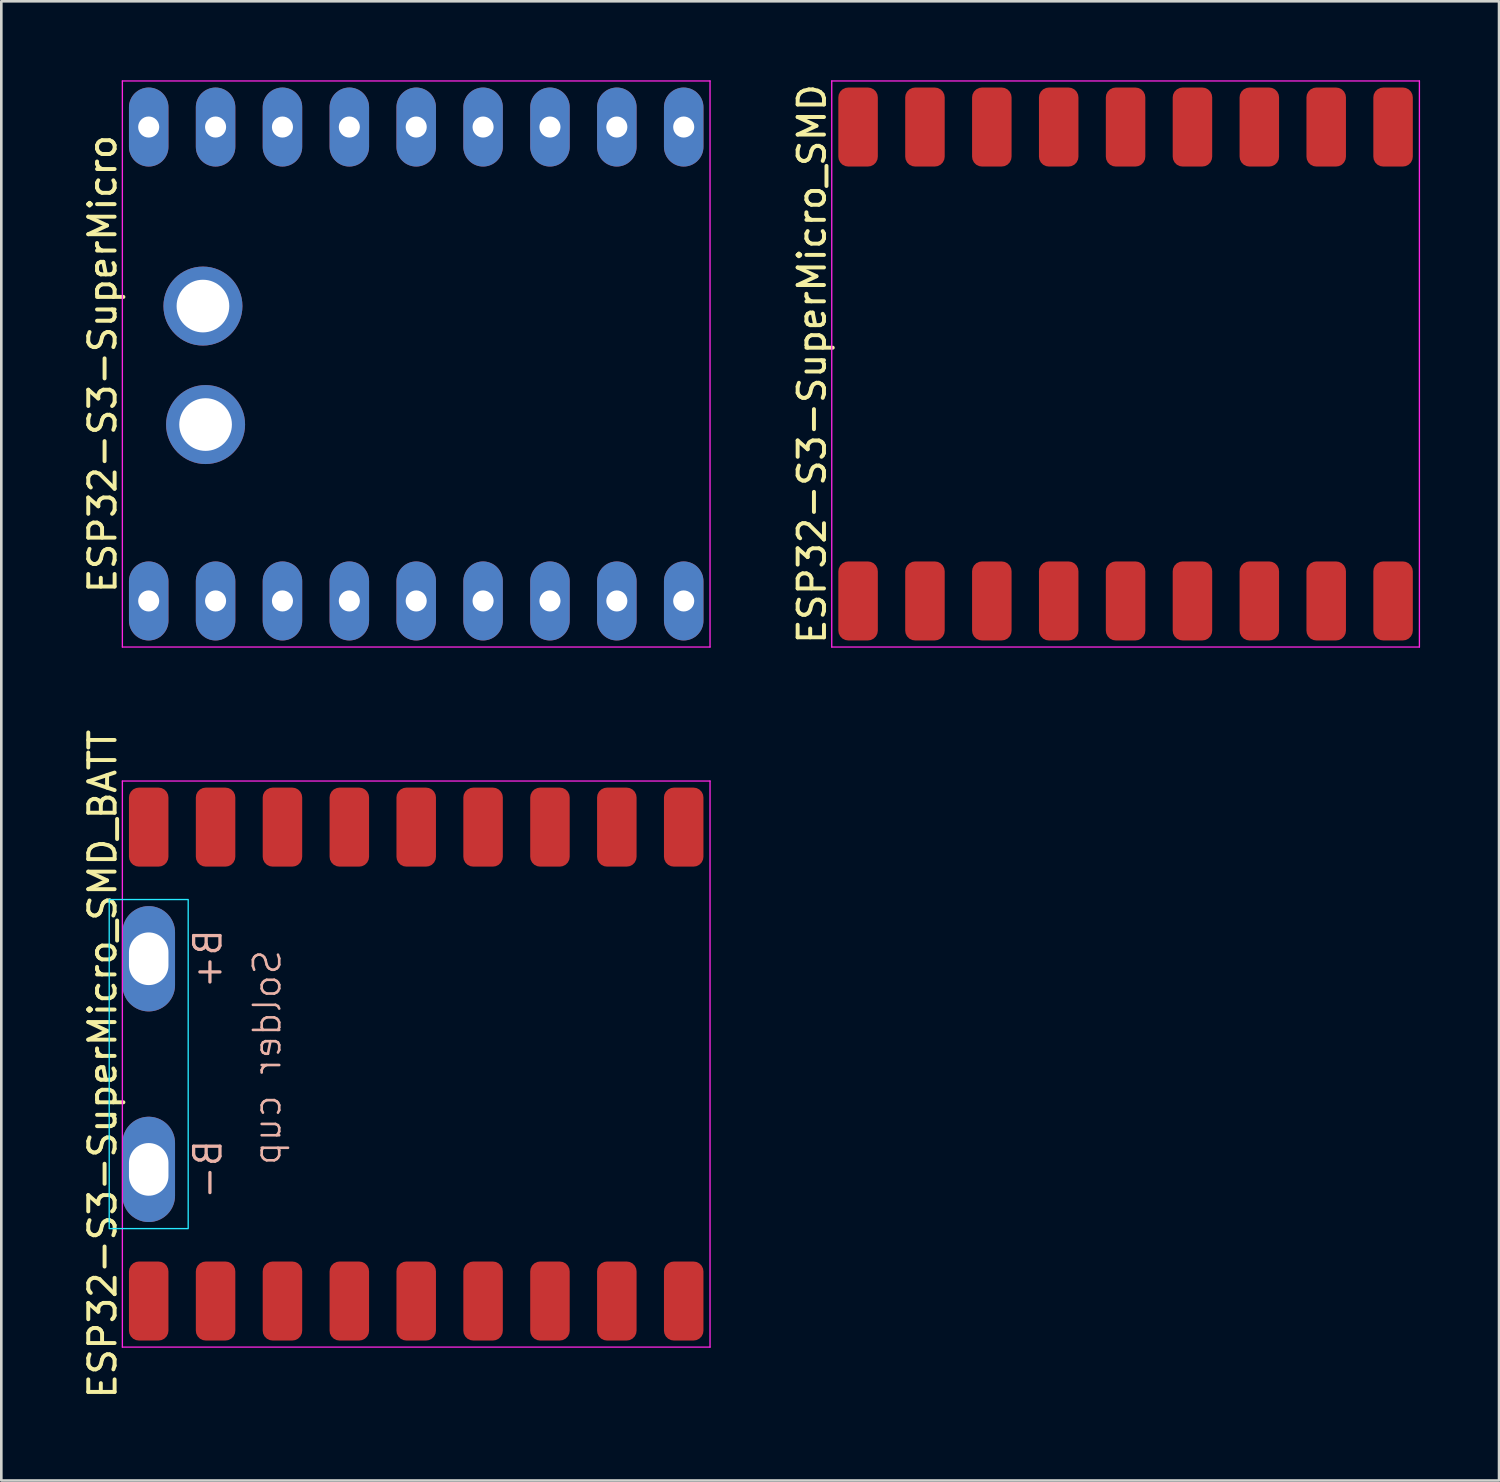
<source format=kicad_pcb>
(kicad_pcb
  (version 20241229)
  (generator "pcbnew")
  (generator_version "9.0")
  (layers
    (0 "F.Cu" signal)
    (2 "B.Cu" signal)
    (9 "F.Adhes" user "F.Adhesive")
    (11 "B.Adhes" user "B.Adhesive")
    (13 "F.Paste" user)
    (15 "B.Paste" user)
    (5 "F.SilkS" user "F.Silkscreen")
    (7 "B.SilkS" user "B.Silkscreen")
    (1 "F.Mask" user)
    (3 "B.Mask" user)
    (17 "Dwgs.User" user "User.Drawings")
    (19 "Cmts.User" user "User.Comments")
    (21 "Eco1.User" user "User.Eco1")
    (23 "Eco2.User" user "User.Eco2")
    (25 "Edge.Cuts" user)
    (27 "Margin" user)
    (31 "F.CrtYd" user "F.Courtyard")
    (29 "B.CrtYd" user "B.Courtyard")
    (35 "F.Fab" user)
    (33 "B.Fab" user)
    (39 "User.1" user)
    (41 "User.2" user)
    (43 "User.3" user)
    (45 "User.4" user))
  (footprint "ESP32-S3-SuperMicro"
    (layer "F.Cu")
    (at 12.758 10.775)
    (property "Reference" "ESP32-S3-SuperMicro" (at -11.91 0 90) (layer "F.SilkS") (effects (font (size 1 1) (thickness 0.15))))
    (attr through_hole)
    (fp_line (start -11.16 -10.75) (end 11.16 -10.75) (stroke (width 0.05) (type default)) (layer "F.CrtYd"))
    (fp_line (start -11.16 10.75) (end -11.16 -10.75) (stroke (width 0.05) (type default)) (layer "F.CrtYd"))
    (fp_line (start 11.16 -10.75) (end 11.16 10.75) (stroke (width 0.05) (type default)) (layer "F.CrtYd"))
    (fp_line (start 11.16 10.75) (end -11.16 10.75) (stroke (width 0.05) (type default)) (layer "F.CrtYd"))
    (pad "1" thru_hole oval (at -10.16 9) (size 1.5 3) (drill 0.8) (layers "*.Cu" "*.Mask"))
    (pad "2" thru_hole oval (at -7.62 9) (size 1.5 3) (drill 0.8) (layers "*.Cu" "*.Mask"))
    (pad "3" thru_hole oval (at -5.08 9) (size 1.5 3) (drill 0.8) (layers "*.Cu" "*.Mask"))
    (pad "4" thru_hole oval (at -2.54 9) (size 1.5 3) (drill 0.8) (layers "*.Cu" "*.Mask"))
    (pad "5" thru_hole oval (at 0 9) (size 1.5 3) (drill 0.8) (layers "*.Cu" "*.Mask"))
    (pad "6" thru_hole oval (at 2.54 9) (size 1.5 3) (drill 0.8) (layers "*.Cu" "*.Mask"))
    (pad "7" thru_hole oval (at 5.08 9) (size 1.5 3) (drill 0.8) (layers "*.Cu" "*.Mask"))
    (pad "8" thru_hole oval (at 7.62 9) (size 1.5 3) (drill 0.8) (layers "*.Cu" "*.Mask"))
    (pad "9" thru_hole oval (at 10.16 9) (size 1.5 3) (drill 0.8) (layers "*.Cu" "*.Mask"))
    (pad "10" thru_hole oval (at 10.16 -9) (size 1.5 3) (drill 0.8) (layers "*.Cu" "*.Mask"))
    (pad "11" thru_hole oval (at 7.62 -9) (size 1.5 3) (drill 0.8) (layers "*.Cu" "*.Mask"))
    (pad "12" thru_hole oval (at 5.08 -9) (size 1.5 3) (drill 0.8) (layers "*.Cu" "*.Mask"))
    (pad "13" thru_hole oval (at 2.54 -9) (size 1.5 3) (drill 0.8) (layers "*.Cu" "*.Mask"))
    (pad "14" thru_hole oval (at 0 -9) (size 1.5 3) (drill 0.8) (layers "*.Cu" "*.Mask"))
    (pad "15" thru_hole oval (at -2.54 -9) (size 1.5 3) (drill 0.8) (layers "*.Cu" "*.Mask"))
    (pad "16" thru_hole oval (at -5.08 -9) (size 1.5 3) (drill 0.8) (layers "*.Cu" "*.Mask"))
    (pad "17" thru_hole oval (at -7.62 -9) (size 1.5 3) (drill 0.8) (layers "*.Cu" "*.Mask"))
    (pad "18" thru_hole oval (at -10.16 -9) (size 1.5 3) (drill 0.8) (layers "*.Cu" "*.Mask"))
    (pad "19" thru_hole circle (at -8 2.3 90) (size 3 3) (drill 2) (layers "*.Cu" "*.Mask"))
    (pad "20" thru_hole circle (at -8.1 -2.2 90) (size 3 3) (drill 2) (layers "*.Cu" "*.Mask")))
  (footprint "ESP32-S3-SuperMicro_SMD"
    (layer "F.Cu")
    (at 29.541 19.775)
    (property "Reference" "ESP32-S3-SuperMicro_SMD" (at -1.75 -9 90) (layer "F.SilkS") (effects (font (size 1 1) (thickness 0.15))))
    (attr smd)
    (fp_line (start -1 -19.75) (end 21.32 -19.75) (stroke (width 0.05) (type default)) (layer "F.CrtYd"))
    (fp_line (start -1 1.75) (end -1 -19.75) (stroke (width 0.05) (type default)) (layer "F.CrtYd"))
    (fp_line (start 21.32 -19.75) (end 21.32 1.75) (stroke (width 0.05) (type default)) (layer "F.CrtYd"))
    (fp_line (start 21.32 1.75) (end -1 1.75) (stroke (width 0.05) (type default)) (layer "F.CrtYd"))
    (pad "1" smd roundrect (at 0 0) (size 1.5 3) (layers "F.Cu" "F.Mask" "F.Paste") (roundrect_rratio 0.25))
    (pad "2" smd roundrect (at 2.54 0) (size 1.5 3) (layers "F.Cu" "F.Mask" "F.Paste") (roundrect_rratio 0.25))
    (pad "3" smd roundrect (at 5.08 0) (size 1.5 3) (layers "F.Cu" "F.Mask" "F.Paste") (roundrect_rratio 0.25))
    (pad "4" smd roundrect (at 7.62 0) (size 1.5 3) (layers "F.Cu" "F.Mask" "F.Paste") (roundrect_rratio 0.25))
    (pad "5" smd roundrect (at 10.16 0) (size 1.5 3) (layers "F.Cu" "F.Mask" "F.Paste") (roundrect_rratio 0.25))
    (pad "6" smd roundrect (at 12.7 0) (size 1.5 3) (layers "F.Cu" "F.Mask" "F.Paste") (roundrect_rratio 0.25))
    (pad "7" smd roundrect (at 15.24 0) (size 1.5 3) (layers "F.Cu" "F.Mask" "F.Paste") (roundrect_rratio 0.25))
    (pad "8" smd roundrect (at 17.78 0) (size 1.5 3) (layers "F.Cu" "F.Mask" "F.Paste") (roundrect_rratio 0.25))
    (pad "9" smd roundrect (at 20.32 0) (size 1.5 3) (layers "F.Cu" "F.Mask" "F.Paste") (roundrect_rratio 0.25))
    (pad "10" smd roundrect (at 20.32 -18) (size 1.5 3) (layers "F.Cu" "F.Mask" "F.Paste") (roundrect_rratio 0.25))
    (pad "11" smd roundrect (at 17.78 -18) (size 1.5 3) (layers "F.Cu" "F.Mask" "F.Paste") (roundrect_rratio 0.25))
    (pad "12" smd roundrect (at 15.24 -18) (size 1.5 3) (layers "F.Cu" "F.Mask" "F.Paste") (roundrect_rratio 0.25))
    (pad "13" smd roundrect (at 12.7 -18) (size 1.5 3) (layers "F.Cu" "F.Mask" "F.Paste") (roundrect_rratio 0.25))
    (pad "14" smd roundrect (at 10.16 -18) (size 1.5 3) (layers "F.Cu" "F.Mask" "F.Paste") (roundrect_rratio 0.25))
    (pad "15" smd roundrect (at 7.62 -18) (size 1.5 3) (layers "F.Cu" "F.Mask" "F.Paste") (roundrect_rratio 0.25))
    (pad "16" smd roundrect (at 5.08 -18) (size 1.5 3) (layers "F.Cu" "F.Mask" "F.Paste") (roundrect_rratio 0.25))
    (pad "17" smd roundrect (at 2.54 -18) (size 1.5 3) (layers "F.Cu" "F.Mask" "F.Paste") (roundrect_rratio 0.25))
    (pad "18" smd roundrect (at 0 -18) (size 1.5 3) (layers "F.Cu" "F.Mask" "F.Paste") (roundrect_rratio 0.25)))
  (footprint "ESP32-S3-SuperMicro_SMD_BATT"
    (layer "F.Cu")
    (at 2.598 46.365)
    (property "Reference" "ESP32-S3-SuperMicro_SMD_BATT" (at -1.75 -9 90) (layer "F.SilkS") (effects (font (size 1 1) (thickness 0.15))))
    (attr smd)
    (fp_rect (start -1.5 -15.25) (end 1.5 -2.75) (stroke (width 0.05) (type default)) (fill no) (layer "B.CrtYd"))
    (fp_line (start -1 -19.75) (end 21.32 -19.75) (stroke (width 0.05) (type default)) (layer "F.CrtYd"))
    (fp_line (start -1 1.75) (end -1 -19.75) (stroke (width 0.05) (type default)) (layer "F.CrtYd"))
    (fp_line (start 21.32 -19.75) (end 21.32 1.75) (stroke (width 0.05) (type default)) (layer "F.CrtYd"))
    (fp_line (start 21.32 1.75) (end -1 1.75) (stroke (width 0.05) (type default)) (layer "F.CrtYd"))
    (fp_text user "B+" (at 2.25 -13 90) (unlocked yes) (layer "B.SilkS") (effects (font (size 1 1) (thickness 0.125)) (justify mirror)))
    (fp_text user "B-" (at 2.25 -5 90) (unlocked yes) (layer "B.SilkS") (effects (font (size 1 1) (thickness 0.125)) (justify mirror)))
    (fp_text user "Solder cup" (at 4.5 -9.25 90) (unlocked yes) (layer "B.SilkS") (effects (font (size 1 1) (thickness 0.1)) (justify mirror)))
    (pad "1" smd roundrect (at 0 0) (size 1.5 3) (layers "F.Cu" "F.Mask" "F.Paste") (roundrect_rratio 0.25))
    (pad "2" smd roundrect (at 2.54 0) (size 1.5 3) (layers "F.Cu" "F.Mask" "F.Paste") (roundrect_rratio 0.25))
    (pad "3" smd roundrect (at 5.08 0) (size 1.5 3) (layers "F.Cu" "F.Mask" "F.Paste") (roundrect_rratio 0.25))
    (pad "4" smd roundrect (at 7.62 0) (size 1.5 3) (layers "F.Cu" "F.Mask" "F.Paste") (roundrect_rratio 0.25))
    (pad "5" smd roundrect (at 10.16 0) (size 1.5 3) (layers "F.Cu" "F.Mask" "F.Paste") (roundrect_rratio 0.25))
    (pad "6" smd roundrect (at 12.7 0) (size 1.5 3) (layers "F.Cu" "F.Mask" "F.Paste") (roundrect_rratio 0.25))
    (pad "7" smd roundrect (at 15.24 0) (size 1.5 3) (layers "F.Cu" "F.Mask" "F.Paste") (roundrect_rratio 0.25))
    (pad "8" smd roundrect (at 17.78 0) (size 1.5 3) (layers "F.Cu" "F.Mask" "F.Paste") (roundrect_rratio 0.25))
    (pad "9" smd roundrect (at 20.32 0) (size 1.5 3) (layers "F.Cu" "F.Mask" "F.Paste") (roundrect_rratio 0.25))
    (pad "10" smd roundrect (at 20.32 -18) (size 1.5 3) (layers "F.Cu" "F.Mask" "F.Paste") (roundrect_rratio 0.25))
    (pad "11" smd roundrect (at 17.78 -18) (size 1.5 3) (layers "F.Cu" "F.Mask" "F.Paste") (roundrect_rratio 0.25))
    (pad "12" smd roundrect (at 15.24 -18) (size 1.5 3) (layers "F.Cu" "F.Mask" "F.Paste") (roundrect_rratio 0.25))
    (pad "13" smd roundrect (at 12.7 -18) (size 1.5 3) (layers "F.Cu" "F.Mask" "F.Paste") (roundrect_rratio 0.25))
    (pad "14" smd roundrect (at 10.16 -18) (size 1.5 3) (layers "F.Cu" "F.Mask" "F.Paste") (roundrect_rratio 0.25))
    (pad "15" smd roundrect (at 7.62 -18) (size 1.5 3) (layers "F.Cu" "F.Mask" "F.Paste") (roundrect_rratio 0.25))
    (pad "16" smd roundrect (at 5.08 -18) (size 1.5 3) (layers "F.Cu" "F.Mask" "F.Paste") (roundrect_rratio 0.25))
    (pad "17" smd roundrect (at 2.54 -18) (size 1.5 3) (layers "F.Cu" "F.Mask" "F.Paste") (roundrect_rratio 0.25))
    (pad "18" smd roundrect (at 0 -18) (size 1.5 3) (layers "F.Cu" "F.Mask" "F.Paste") (roundrect_rratio 0.25))
    (pad "19" thru_hole oval (at 0 -5 90) (size 4 2) (drill oval 2 1.5) (layers "*.Cu" "*.Mask"))
    (pad "20" thru_hole oval (at 0 -13 90) (size 4 2) (drill oval 2 1.5) (layers "*.Cu" "*.Mask")))
  (gr_rect
    (start -3 -3)
    (end 53.886 53.181)
    (stroke (width 0.1) (type default))
    (fill no)
    (layer "Edge.Cuts")))
</source>
